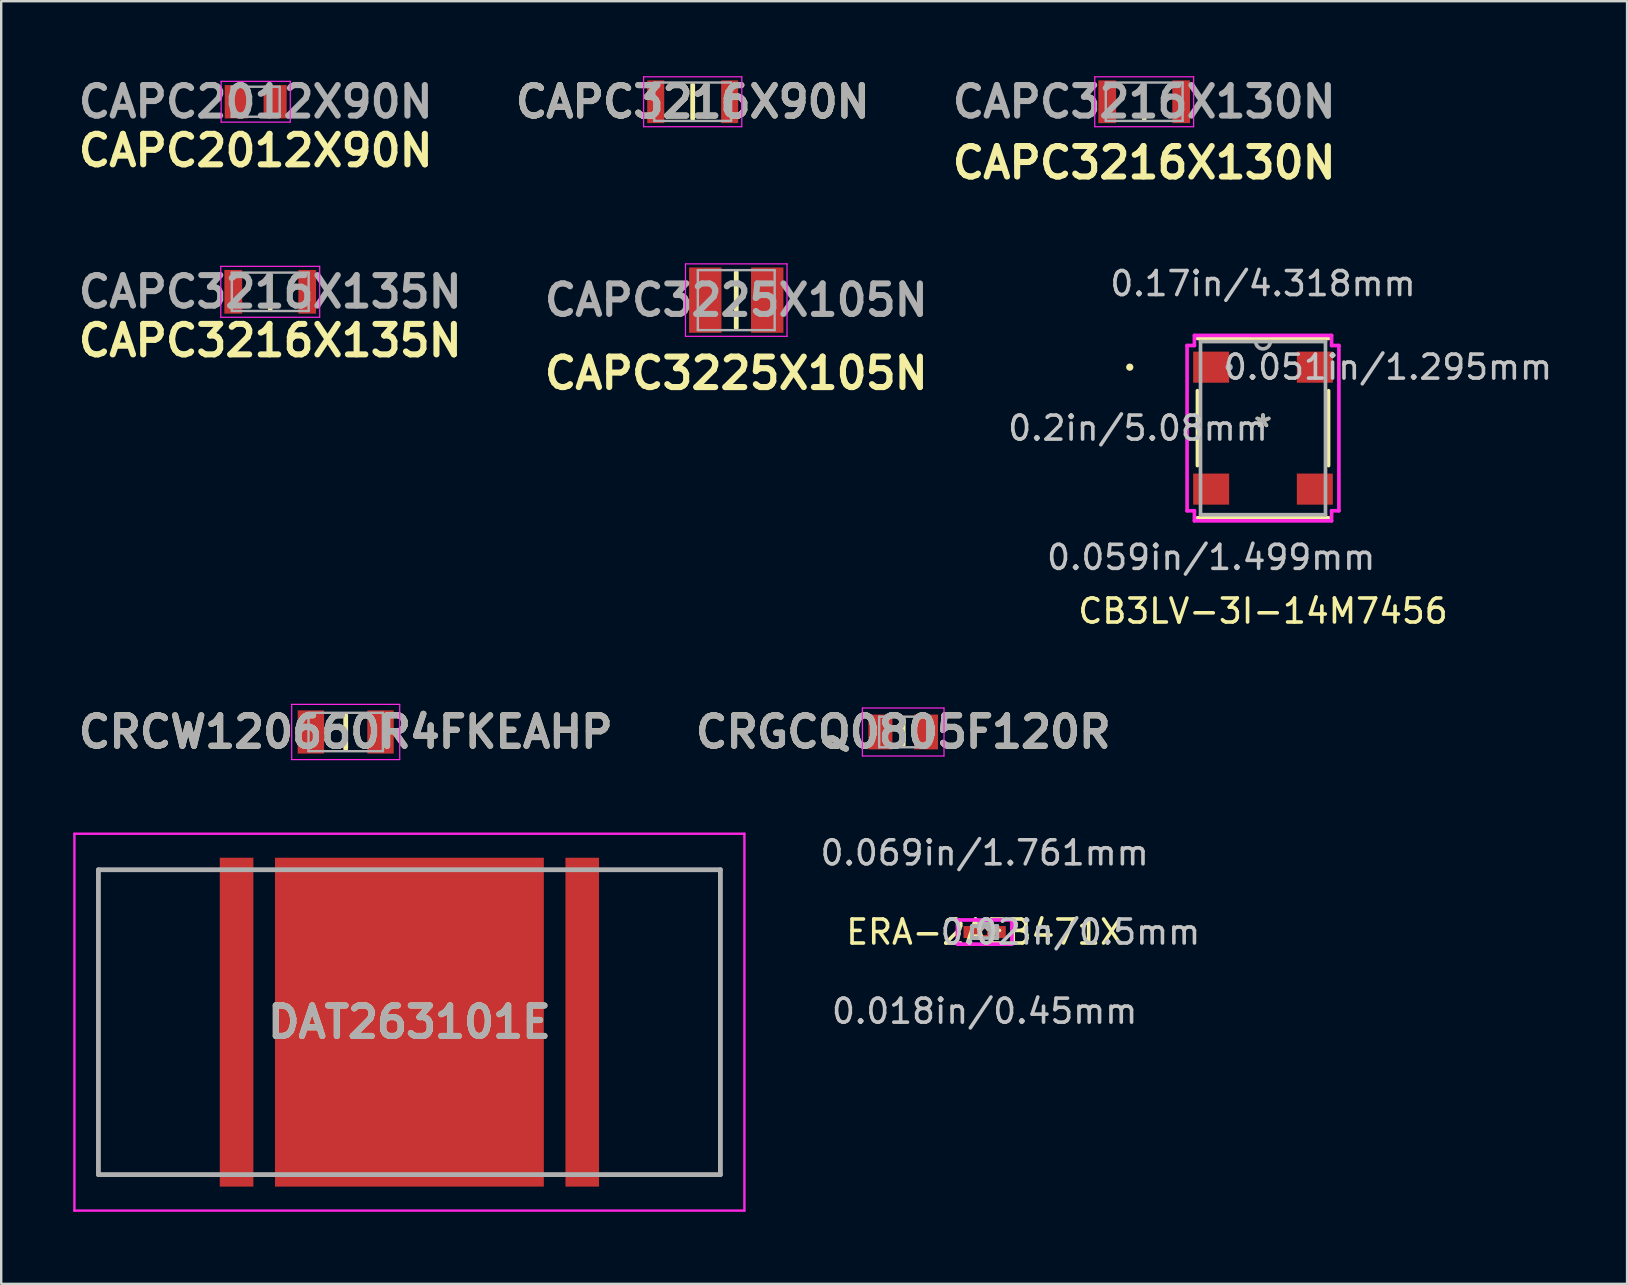
<source format=kicad_pcb>
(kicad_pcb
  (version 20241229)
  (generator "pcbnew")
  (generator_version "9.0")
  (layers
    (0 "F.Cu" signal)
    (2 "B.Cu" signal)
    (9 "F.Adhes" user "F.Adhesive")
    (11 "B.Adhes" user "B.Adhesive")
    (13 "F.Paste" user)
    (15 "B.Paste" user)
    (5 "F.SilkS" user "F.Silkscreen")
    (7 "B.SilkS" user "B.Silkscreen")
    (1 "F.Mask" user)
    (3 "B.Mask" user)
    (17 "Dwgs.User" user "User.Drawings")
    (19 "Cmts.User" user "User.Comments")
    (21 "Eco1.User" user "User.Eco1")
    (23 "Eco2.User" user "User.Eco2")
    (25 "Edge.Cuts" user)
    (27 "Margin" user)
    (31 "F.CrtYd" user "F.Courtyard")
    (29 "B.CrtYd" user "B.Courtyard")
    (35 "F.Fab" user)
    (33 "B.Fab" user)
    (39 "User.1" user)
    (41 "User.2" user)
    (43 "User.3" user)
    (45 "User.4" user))
  (footprint "CAPC3225X105N"
    (layer "F.Cu")
    (at 27.62 9.452)
    (property "Reference" "CAPC3225X105N" (at 0 3.048 0) (layer "F.SilkS") (effects (font (size 1.27 1.27) (thickness 0.254))))
    (attr smd)
    (fp_line (start 0 -1.15) (end 0 1.15) (stroke (width 0.2) (type solid)) (layer "F.SilkS"))
    (fp_line (start -2.115 -1.51) (end 2.115 -1.51) (stroke (width 0.05) (type solid)) (layer "F.CrtYd"))
    (fp_line (start -2.115 1.51) (end -2.115 -1.51) (stroke (width 0.05) (type solid)) (layer "F.CrtYd"))
    (fp_line (start 2.115 -1.51) (end 2.115 1.51) (stroke (width 0.05) (type solid)) (layer "F.CrtYd"))
    (fp_line (start 2.115 1.51) (end -2.115 1.51) (stroke (width 0.05) (type solid)) (layer "F.CrtYd"))
    (fp_line (start -1.6 -1.25) (end 1.6 -1.25) (stroke (width 0.1) (type solid)) (layer "F.Fab"))
    (fp_line (start -1.6 1.25) (end -1.6 -1.25) (stroke (width 0.1) (type solid)) (layer "F.Fab"))
    (fp_line (start 1.6 -1.25) (end 1.6 1.25) (stroke (width 0.1) (type solid)) (layer "F.Fab"))
    (fp_line (start 1.6 1.25) (end -1.6 1.25) (stroke (width 0.1) (type solid)) (layer "F.Fab"))
    (fp_text user "${REFERENCE}" (at 0 0 0) (layer "F.Fab") (effects (font (size 1.27 1.27) (thickness 0.254))))
    (pad "1" smd rect (at -1.29 0) (size 1.35 2.72) (layers "F.Cu" "F.Mask" "F.Paste"))
    (pad "2" smd rect (at 1.29 0) (size 1.35 2.72) (layers "F.Cu" "F.Mask" "F.Paste")))
  (footprint "CRGCQ0805F120R"
    (layer "F.Cu")
    (at 34.575 27.442)
    (property "Reference" "CRGCQ0805F120R" (at 0 0 0) (layer "F.SilkS") (effects (font (size 1.27 1.27) (thickness 0.254))))
    (attr smd)
    (fp_line (start 0 -0.538) (end 0 0.538) (stroke (width 0.2) (type solid)) (layer "F.SilkS"))
    (fp_line (start -1.7 -1) (end 1.7 -1) (stroke (width 0.05) (type solid)) (layer "F.CrtYd"))
    (fp_line (start -1.7 1) (end -1.7 -1) (stroke (width 0.05) (type solid)) (layer "F.CrtYd"))
    (fp_line (start 1.7 -1) (end 1.7 1) (stroke (width 0.05) (type solid)) (layer "F.CrtYd"))
    (fp_line (start 1.7 1) (end -1.7 1) (stroke (width 0.05) (type solid)) (layer "F.CrtYd"))
    (fp_line (start -1 -0.638) (end 1 -0.638) (stroke (width 0.1) (type solid)) (layer "F.Fab"))
    (fp_line (start -1 0.638) (end -1 -0.638) (stroke (width 0.1) (type solid)) (layer "F.Fab"))
    (fp_line (start 1 -0.638) (end 1 0.638) (stroke (width 0.1) (type solid)) (layer "F.Fab"))
    (fp_line (start 1 0.638) (end -1 0.638) (stroke (width 0.1) (type solid)) (layer "F.Fab"))
    (fp_text user "${REFERENCE}" (at 0 0 0) (layer "F.Fab") (effects (font (size 1.27 1.27) (thickness 0.254))))
    (pad "1" smd rect (at -0.95 0) (size 1 1.45) (layers "F.Cu" "F.Mask" "F.Paste"))
    (pad "2" smd rect (at 0.95 0) (size 1 1.45) (layers "F.Cu" "F.Mask" "F.Paste")))
  (footprint "CB3LV-3I-14M7456"
    (layer "F.Cu")
    (at 49.563 14.785)
    (property "Reference" "CB3LV-3I-14M7456" (at 0 7.62 0) (layer "F.SilkS") (effects (font (size 1 1) (thickness 0.15))))
    (attr through_hole)
    (fp_line (start -2.731 -1.56) (end -2.731 1.56) (stroke (width 0.152) (type solid)) (layer "F.SilkS"))
    (fp_line (start -2.731 3.734) (end 2.731 3.734) (stroke (width 0.152) (type solid)) (layer "F.SilkS"))
    (fp_line (start 2.731 -3.734) (end -2.731 -3.734) (stroke (width 0.152) (type solid)) (layer "F.SilkS"))
    (fp_line (start 2.731 1.56) (end 2.731 -1.56) (stroke (width 0.152) (type solid)) (layer "F.SilkS"))
    (fp_circle (center -5.55 -2.54) (end -5.474 -2.54) (stroke (width 0.152) (type solid)) (fill no) (layer "F.SilkS"))
    (fp_line (start -3.162 -3.442) (end -2.857 -3.442) (stroke (width 0.152) (type solid)) (layer "F.CrtYd"))
    (fp_line (start -3.162 3.442) (end -3.162 -3.442) (stroke (width 0.152) (type solid)) (layer "F.CrtYd"))
    (fp_line (start -2.857 -3.861) (end 2.857 -3.861) (stroke (width 0.152) (type solid)) (layer "F.CrtYd"))
    (fp_line (start -2.857 -3.442) (end -2.857 -3.861) (stroke (width 0.152) (type solid)) (layer "F.CrtYd"))
    (fp_line (start -2.857 3.442) (end -3.162 3.442) (stroke (width 0.152) (type solid)) (layer "F.CrtYd"))
    (fp_line (start -2.857 3.861) (end -2.857 3.442) (stroke (width 0.152) (type solid)) (layer "F.CrtYd"))
    (fp_line (start 2.857 -3.861) (end 2.857 -3.442) (stroke (width 0.152) (type solid)) (layer "F.CrtYd"))
    (fp_line (start 2.857 -3.442) (end 3.162 -3.442) (stroke (width 0.152) (type solid)) (layer "F.CrtYd"))
    (fp_line (start 2.857 3.442) (end 2.857 3.861) (stroke (width 0.152) (type solid)) (layer "F.CrtYd"))
    (fp_line (start 2.857 3.861) (end -2.857 3.861) (stroke (width 0.152) (type solid)) (layer "F.CrtYd"))
    (fp_line (start 3.162 -3.442) (end 3.162 3.442) (stroke (width 0.152) (type solid)) (layer "F.CrtYd"))
    (fp_line (start 3.162 3.442) (end 2.857 3.442) (stroke (width 0.152) (type solid)) (layer "F.CrtYd"))
    (fp_line (start -2.603 -3.607) (end -2.603 3.607) (stroke (width 0.152) (type solid)) (layer "F.Fab"))
    (fp_line (start -2.603 3.607) (end 2.603 3.607) (stroke (width 0.152) (type solid)) (layer "F.Fab"))
    (fp_line (start 2.603 -3.607) (end -2.603 -3.607) (stroke (width 0.152) (type solid)) (layer "F.Fab"))
    (fp_line (start 2.603 3.607) (end 2.603 -3.607) (stroke (width 0.152) (type solid)) (layer "F.Fab"))
    (fp_arc (start 0.3048 -3.6068) (mid 0 -3.302) (end -0.3048 -3.6068) (stroke (width 0.1524) (type solid)) (layer "F.Fab"))
    (fp_circle (center -1.41 -2.54) (end -1.41 -2.54) (stroke (width 0.152) (type solid)) (fill no) (layer "F.Fab"))
    (fp_text user "*" (at 0 0 0) (layer "F.SilkS") (effects (font (size 1 1) (thickness 0.15))))
    (fp_text user "0.059in/1.499mm" (at -2.159 5.385 0) (layer "Dwgs.User") (effects (font (size 1 1) (thickness 0.15))))
    (fp_text user "0.051in/1.295mm" (at 5.207 -2.54 0) (layer "Dwgs.User") (effects (font (size 1 1) (thickness 0.15))))
    (fp_text user "0.2in/5.08mm" (at -5.207 0 0) (layer "Dwgs.User") (effects (font (size 1 1) (thickness 0.15))))
    (fp_text user "0.17in/4.318mm" (at 0 -6.02 0) (layer "Dwgs.User") (effects (font (size 1 1) (thickness 0.15))))
    (fp_text user "Copyright 2016 Accelerated Designs. All rights reserved." (at 0 0 0) (layer "Cmts.User") (effects (font (size 0.127 0.127) (thickness 0.002))))
    (fp_text user "*" (at 0 0 0) (layer "F.Fab") (effects (font (size 1 1) (thickness 0.15))))
    (pad "1" smd rect (at -2.159 -2.54) (size 1.499 1.295) (layers "F.Cu" "F.Mask" "F.Paste"))
    (pad "2" smd rect (at -2.159 2.54) (size 1.499 1.295) (layers "F.Cu" "F.Mask" "F.Paste"))
    (pad "3" smd rect (at 2.159 2.54) (size 1.499 1.295) (layers "F.Cu" "F.Mask" "F.Paste"))
    (pad "4" smd rect (at 2.159 -2.54) (size 1.499 1.295) (layers "F.Cu" "F.Mask" "F.Paste")))
  (footprint "CAPC2012X90N"
    (layer "F.Cu")
    (at 7.602 1.189)
    (property "Reference" "CAPC2012X90N" (at 0 2.032 0) (layer "F.SilkS") (effects (font (size 1.27 1.27) (thickness 0.254))))
    (attr smd)
    (fp_line (start -1.44 -0.85) (end 1.44 -0.85) (stroke (width 0.05) (type solid)) (layer "F.CrtYd"))
    (fp_line (start -1.44 0.85) (end -1.44 -0.85) (stroke (width 0.05) (type solid)) (layer "F.CrtYd"))
    (fp_line (start 1.44 -0.85) (end 1.44 0.85) (stroke (width 0.05) (type solid)) (layer "F.CrtYd"))
    (fp_line (start 1.44 0.85) (end -1.44 0.85) (stroke (width 0.05) (type solid)) (layer "F.CrtYd"))
    (fp_line (start -1 -0.625) (end 1 -0.625) (stroke (width 0.1) (type solid)) (layer "F.Fab"))
    (fp_line (start -1 0.625) (end -1 -0.625) (stroke (width 0.1) (type solid)) (layer "F.Fab"))
    (fp_line (start 1 -0.625) (end 1 0.625) (stroke (width 0.1) (type solid)) (layer "F.Fab"))
    (fp_line (start 1 0.625) (end -1 0.625) (stroke (width 0.1) (type solid)) (layer "F.Fab"))
    (fp_text user "${REFERENCE}" (at 0 0 0) (layer "F.Fab") (effects (font (size 1.27 1.27) (thickness 0.254))))
    (pad "1" smd rect (at -0.81 0) (size 0.96 1.39) (layers "F.Cu" "F.Mask" "F.Paste"))
    (pad "2" smd rect (at 0.81 0) (size 0.96 1.39) (layers "F.Cu" "F.Mask" "F.Paste")))
  (footprint "DAT263101E"
    (layer "F.Cu")
    (at 14.005 39.531)
    (property "Reference" "DAT263101E" (at 0 0 0) (layer "F.SilkS") (effects (font (size 1.27 1.27) (thickness 0.254))))
    (attr smd)
    (fp_line (start -12.955 -6.35) (end -12.955 6.35) (stroke (width 0.1) (type solid)) (layer "F.SilkS"))
    (fp_line (start -12.955 6.35) (end -8.5 6.35) (stroke (width 0.1) (type solid)) (layer "F.SilkS"))
    (fp_line (start -8.5 -6.35) (end -12.955 -6.35) (stroke (width 0.1) (type solid)) (layer "F.SilkS"))
    (fp_line (start 8.5 -6.35) (end 12.955 -6.35) (stroke (width 0.1) (type solid)) (layer "F.SilkS"))
    (fp_line (start 12.955 -6.35) (end 12.955 6.35) (stroke (width 0.1) (type solid)) (layer "F.SilkS"))
    (fp_line (start 12.955 6.35) (end 8.5 6.35) (stroke (width 0.1) (type solid)) (layer "F.SilkS"))
    (fp_line (start -13.955 -7.85) (end 13.955 -7.85) (stroke (width 0.1) (type solid)) (layer "F.CrtYd"))
    (fp_line (start -13.955 7.85) (end -13.955 -7.85) (stroke (width 0.1) (type solid)) (layer "F.CrtYd"))
    (fp_line (start 13.955 -7.85) (end 13.955 7.85) (stroke (width 0.1) (type solid)) (layer "F.CrtYd"))
    (fp_line (start 13.955 7.85) (end -13.955 7.85) (stroke (width 0.1) (type solid)) (layer "F.CrtYd"))
    (fp_line (start -12.955 -6.35) (end 12.955 -6.35) (stroke (width 0.2) (type solid)) (layer "F.Fab"))
    (fp_line (start -12.955 6.35) (end -12.955 -6.35) (stroke (width 0.2) (type solid)) (layer "F.Fab"))
    (fp_line (start 12.955 -6.35) (end 12.955 6.35) (stroke (width 0.2) (type solid)) (layer "F.Fab"))
    (fp_line (start 12.955 6.35) (end -12.955 6.35) (stroke (width 0.2) (type solid)) (layer "F.Fab"))
    (fp_text user "${REFERENCE}" (at 0 0 0) (layer "F.Fab") (effects (font (size 1.27 1.27) (thickness 0.254))))
    (pad "1" smd rect (at -7.2 0) (size 1.4 13.7) (layers "F.Cu" "F.Mask" "F.Paste"))
    (pad "2" smd rect (at 7.2 0) (size 1.4 13.7) (layers "F.Cu" "F.Mask" "F.Paste"))
    (pad "3" smd rect (at 0 0) (size 11.2 13.7) (layers "F.Cu" "F.Mask" "F.Paste")))
  (footprint "CAPC3216X90N"
    (layer "F.Cu")
    (at 25.806 1.189)
    (property "Reference" "CAPC3216X90N" (at 0 0 0) (layer "F.SilkS") (effects (font (size 1.27 1.27) (thickness 0.254))))
    (attr smd)
    (fp_line (start 0 -0.7) (end 0 0.7) (stroke (width 0.2) (type solid)) (layer "F.SilkS"))
    (fp_line (start -2.045 -1.04) (end 2.045 -1.04) (stroke (width 0.05) (type solid)) (layer "F.CrtYd"))
    (fp_line (start -2.045 1.04) (end -2.045 -1.04) (stroke (width 0.05) (type solid)) (layer "F.CrtYd"))
    (fp_line (start 2.045 -1.04) (end 2.045 1.04) (stroke (width 0.05) (type solid)) (layer "F.CrtYd"))
    (fp_line (start 2.045 1.04) (end -2.045 1.04) (stroke (width 0.05) (type solid)) (layer "F.CrtYd"))
    (fp_line (start -1.6 -0.8) (end 1.6 -0.8) (stroke (width 0.1) (type solid)) (layer "F.Fab"))
    (fp_line (start -1.6 0.8) (end -1.6 -0.8) (stroke (width 0.1) (type solid)) (layer "F.Fab"))
    (fp_line (start 1.6 -0.8) (end 1.6 0.8) (stroke (width 0.1) (type solid)) (layer "F.Fab"))
    (fp_line (start 1.6 0.8) (end -1.6 0.8) (stroke (width 0.1) (type solid)) (layer "F.Fab"))
    (fp_text user "${REFERENCE}" (at 0 0 0) (layer "F.Fab") (effects (font (size 1.27 1.27) (thickness 0.254))))
    (pad "1" smd rect (at -1.54 0) (size 0.71 1.78) (layers "F.Cu" "F.Mask" "F.Paste"))
    (pad "2" smd rect (at 1.54 0) (size 0.71 1.78) (layers "F.Cu" "F.Mask" "F.Paste")))
  (footprint "ERA-2AEB471X"
    (layer "F.Cu")
    (at 37.968 35.777)
    (property "Reference" "ERA-2AEB471X" (at 0 0 0) (layer "F.SilkS") (effects (font (size 1 1) (thickness 0.15))))
    (attr through_hole)
    (fp_line (start -0.174 -0.199) (end 0.174 -0.199) (stroke (width 0.152) (type solid)) (layer "F.Cu"))
    (fp_line (start -0.174 0.199) (end -0.174 -0.199) (stroke (width 0.152) (type solid)) (layer "F.Cu"))
    (fp_line (start 0.174 -0.199) (end 0.174 0.199) (stroke (width 0.152) (type solid)) (layer "F.Cu"))
    (fp_line (start 0.174 0.199) (end -0.174 0.199) (stroke (width 0.152) (type solid)) (layer "F.Cu"))
    (fp_line (start -1.135 -0.504) (end 1.135 -0.504) (stroke (width 0.152) (type solid)) (layer "F.CrtYd"))
    (fp_line (start -1.135 0.504) (end -1.135 -0.504) (stroke (width 0.152) (type solid)) (layer "F.CrtYd"))
    (fp_line (start 1.135 -0.504) (end 1.135 0.504) (stroke (width 0.152) (type solid)) (layer "F.CrtYd"))
    (fp_line (start 1.135 0.504) (end -1.135 0.504) (stroke (width 0.152) (type solid)) (layer "F.CrtYd"))
    (fp_line (start -0.525 -0.25) (end -0.525 0.25) (stroke (width 0.152) (type solid)) (layer "F.Fab"))
    (fp_line (start -0.525 -0.25) (end -0.525 0.25) (stroke (width 0.152) (type solid)) (layer "F.Fab"))
    (fp_line (start -0.525 0.25) (end -0.225 0.25) (stroke (width 0.152) (type solid)) (layer "F.Fab"))
    (fp_line (start -0.525 0.25) (end 0.525 0.25) (stroke (width 0.152) (type solid)) (layer "F.Fab"))
    (fp_line (start -0.225 -0.25) (end -0.525 -0.25) (stroke (width 0.152) (type solid)) (layer "F.Fab"))
    (fp_line (start -0.225 0.25) (end -0.225 -0.25) (stroke (width 0.152) (type solid)) (layer "F.Fab"))
    (fp_line (start 0.225 -0.25) (end 0.225 0.25) (stroke (width 0.152) (type solid)) (layer "F.Fab"))
    (fp_line (start 0.225 0.25) (end 0.525 0.25) (stroke (width 0.152) (type solid)) (layer "F.Fab"))
    (fp_line (start 0.525 -0.25) (end -0.525 -0.25) (stroke (width 0.152) (type solid)) (layer "F.Fab"))
    (fp_line (start 0.525 -0.25) (end 0.225 -0.25) (stroke (width 0.152) (type solid)) (layer "F.Fab"))
    (fp_line (start 0.525 0.25) (end 0.525 -0.25) (stroke (width 0.152) (type solid)) (layer "F.Fab"))
    (fp_line (start 0.525 0.25) (end 0.525 -0.25) (stroke (width 0.152) (type solid)) (layer "F.Fab"))
    (fp_text user "*" (at 0 0 0) (layer "F.SilkS") (effects (font (size 1 1) (thickness 0.15))))
    (fp_text user "0.018in/0.45mm" (at 0 3.298 0) (layer "Dwgs.User") (effects (font (size 1 1) (thickness 0.15))))
    (fp_text user "0.02in/0.5mm" (at 3.573 0 0) (layer "Dwgs.User") (effects (font (size 1 1) (thickness 0.15))))
    (fp_text user "0.069in/1.761mm" (at 0 -3.298 0) (layer "Dwgs.User") (effects (font (size 1 1) (thickness 0.15))))
    (fp_text user "Copyright 2016 Accelerated Designs. All rights reserved." (at 0 0 0) (layer "Cmts.User") (effects (font (size 0.127 0.127) (thickness 0.002))))
    (fp_text user "*" (at 0 0 0) (layer "F.Fab") (effects (font (size 1 1) (thickness 0.15))))
    (pad "1" smd rect (at -0.553 0) (size 0.656 0.5) (layers "F.Cu" "F.Mask" "F.Paste"))
    (pad "2" smd rect (at 0.553 0) (size 0.656 0.5) (layers "F.Cu" "F.Mask" "F.Paste")))
  (footprint "CRCW120660R4FKEAHP"
    (layer "F.Cu")
    (at 11.351 27.442)
    (property "Reference" "CRCW120660R4FKEAHP" (at 0 0 0) (layer "F.SilkS") (effects (font (size 1.27 1.27) (thickness 0.254))))
    (attr smd)
    (fp_line (start 0 -0.7) (end 0 0.7) (stroke (width 0.2) (type solid)) (layer "F.SilkS"))
    (fp_line (start -2.25 -1.15) (end 2.25 -1.15) (stroke (width 0.05) (type solid)) (layer "F.CrtYd"))
    (fp_line (start -2.25 1.15) (end -2.25 -1.15) (stroke (width 0.05) (type solid)) (layer "F.CrtYd"))
    (fp_line (start 2.25 -1.15) (end 2.25 1.15) (stroke (width 0.05) (type solid)) (layer "F.CrtYd"))
    (fp_line (start 2.25 1.15) (end -2.25 1.15) (stroke (width 0.05) (type solid)) (layer "F.CrtYd"))
    (fp_line (start -1.55 -0.8) (end 1.55 -0.8) (stroke (width 0.1) (type solid)) (layer "F.Fab"))
    (fp_line (start -1.55 0.8) (end -1.55 -0.8) (stroke (width 0.1) (type solid)) (layer "F.Fab"))
    (fp_line (start 1.55 -0.8) (end 1.55 0.8) (stroke (width 0.1) (type solid)) (layer "F.Fab"))
    (fp_line (start 1.55 0.8) (end -1.55 0.8) (stroke (width 0.1) (type solid)) (layer "F.Fab"))
    (fp_text user "${REFERENCE}" (at 0 0 0) (layer "F.Fab") (effects (font (size 1.27 1.27) (thickness 0.254))))
    (pad "1" smd rect (at -1.45 0) (size 1.1 1.8) (layers "F.Cu" "F.Mask" "F.Paste"))
    (pad "2" smd rect (at 1.45 0) (size 1.1 1.8) (layers "F.Cu" "F.Mask" "F.Paste")))
  (footprint "CAPC3216X135N"
    (layer "F.Cu")
    (at 8.207 9.106)
    (property "Reference" "CAPC3216X135N" (at 0 2.032 0) (layer "F.SilkS") (effects (font (size 1.27 1.27) (thickness 0.254))))
    (attr smd)
    (fp_line (start 0 -0.7) (end 0 0.7) (stroke (width 0.2) (type solid)) (layer "F.SilkS"))
    (fp_line (start -2.06 -1.06) (end 2.06 -1.06) (stroke (width 0.05) (type solid)) (layer "F.CrtYd"))
    (fp_line (start -2.06 1.06) (end -2.06 -1.06) (stroke (width 0.05) (type solid)) (layer "F.CrtYd"))
    (fp_line (start 2.06 -1.06) (end 2.06 1.06) (stroke (width 0.05) (type solid)) (layer "F.CrtYd"))
    (fp_line (start 2.06 1.06) (end -2.06 1.06) (stroke (width 0.05) (type solid)) (layer "F.CrtYd"))
    (fp_line (start -1.6 -0.8) (end 1.6 -0.8) (stroke (width 0.1) (type solid)) (layer "F.Fab"))
    (fp_line (start -1.6 0.8) (end -1.6 -0.8) (stroke (width 0.1) (type solid)) (layer "F.Fab"))
    (fp_line (start 1.6 -0.8) (end 1.6 0.8) (stroke (width 0.1) (type solid)) (layer "F.Fab"))
    (fp_line (start 1.6 0.8) (end -1.6 0.8) (stroke (width 0.1) (type solid)) (layer "F.Fab"))
    (fp_text user "${REFERENCE}" (at 0 0 0) (layer "F.Fab") (effects (font (size 1.27 1.27) (thickness 0.254))))
    (pad "1" smd rect (at -1.54 0) (size 0.74 1.82) (layers "F.Cu" "F.Mask" "F.Paste"))
    (pad "2" smd rect (at 1.54 0) (size 0.74 1.82) (layers "F.Cu" "F.Mask" "F.Paste")))
  (footprint "CAPC3216X130N"
    (layer "F.Cu")
    (at 44.614 1.189)
    (property "Reference" "CAPC3216X130N" (at 0 2.54 0) (layer "F.SilkS") (effects (font (size 1.27 1.27) (thickness 0.254))))
    (attr smd)
    (fp_line (start 0 -0.7) (end 0 0.7) (stroke (width 0.2) (type solid)) (layer "F.SilkS"))
    (fp_line (start -2.06 -1.04) (end 2.06 -1.04) (stroke (width 0.05) (type solid)) (layer "F.CrtYd"))
    (fp_line (start -2.06 1.04) (end -2.06 -1.04) (stroke (width 0.05) (type solid)) (layer "F.CrtYd"))
    (fp_line (start 2.06 -1.04) (end 2.06 1.04) (stroke (width 0.05) (type solid)) (layer "F.CrtYd"))
    (fp_line (start 2.06 1.04) (end -2.06 1.04) (stroke (width 0.05) (type solid)) (layer "F.CrtYd"))
    (fp_line (start -1.6 -0.8) (end 1.6 -0.8) (stroke (width 0.1) (type solid)) (layer "F.Fab"))
    (fp_line (start -1.6 0.8) (end -1.6 -0.8) (stroke (width 0.1) (type solid)) (layer "F.Fab"))
    (fp_line (start 1.6 -0.8) (end 1.6 0.8) (stroke (width 0.1) (type solid)) (layer "F.Fab"))
    (fp_line (start 1.6 0.8) (end -1.6 0.8) (stroke (width 0.1) (type solid)) (layer "F.Fab"))
    (fp_text user "${REFERENCE}" (at 0 0 0) (layer "F.Fab") (effects (font (size 1.27 1.27) (thickness 0.254))))
    (pad "1" smd rect (at -1.54 0) (size 0.74 1.78) (layers "F.Cu" "F.Mask" "F.Paste"))
    (pad "2" smd rect (at 1.54 0) (size 0.74 1.78) (layers "F.Cu" "F.Mask" "F.Paste")))
  (gr_rect
    (start -3 -3)
    (end 64.729 50.431)
    (stroke (width 0.1) (type default))
    (fill no)
    (layer "Edge.Cuts")))
</source>
